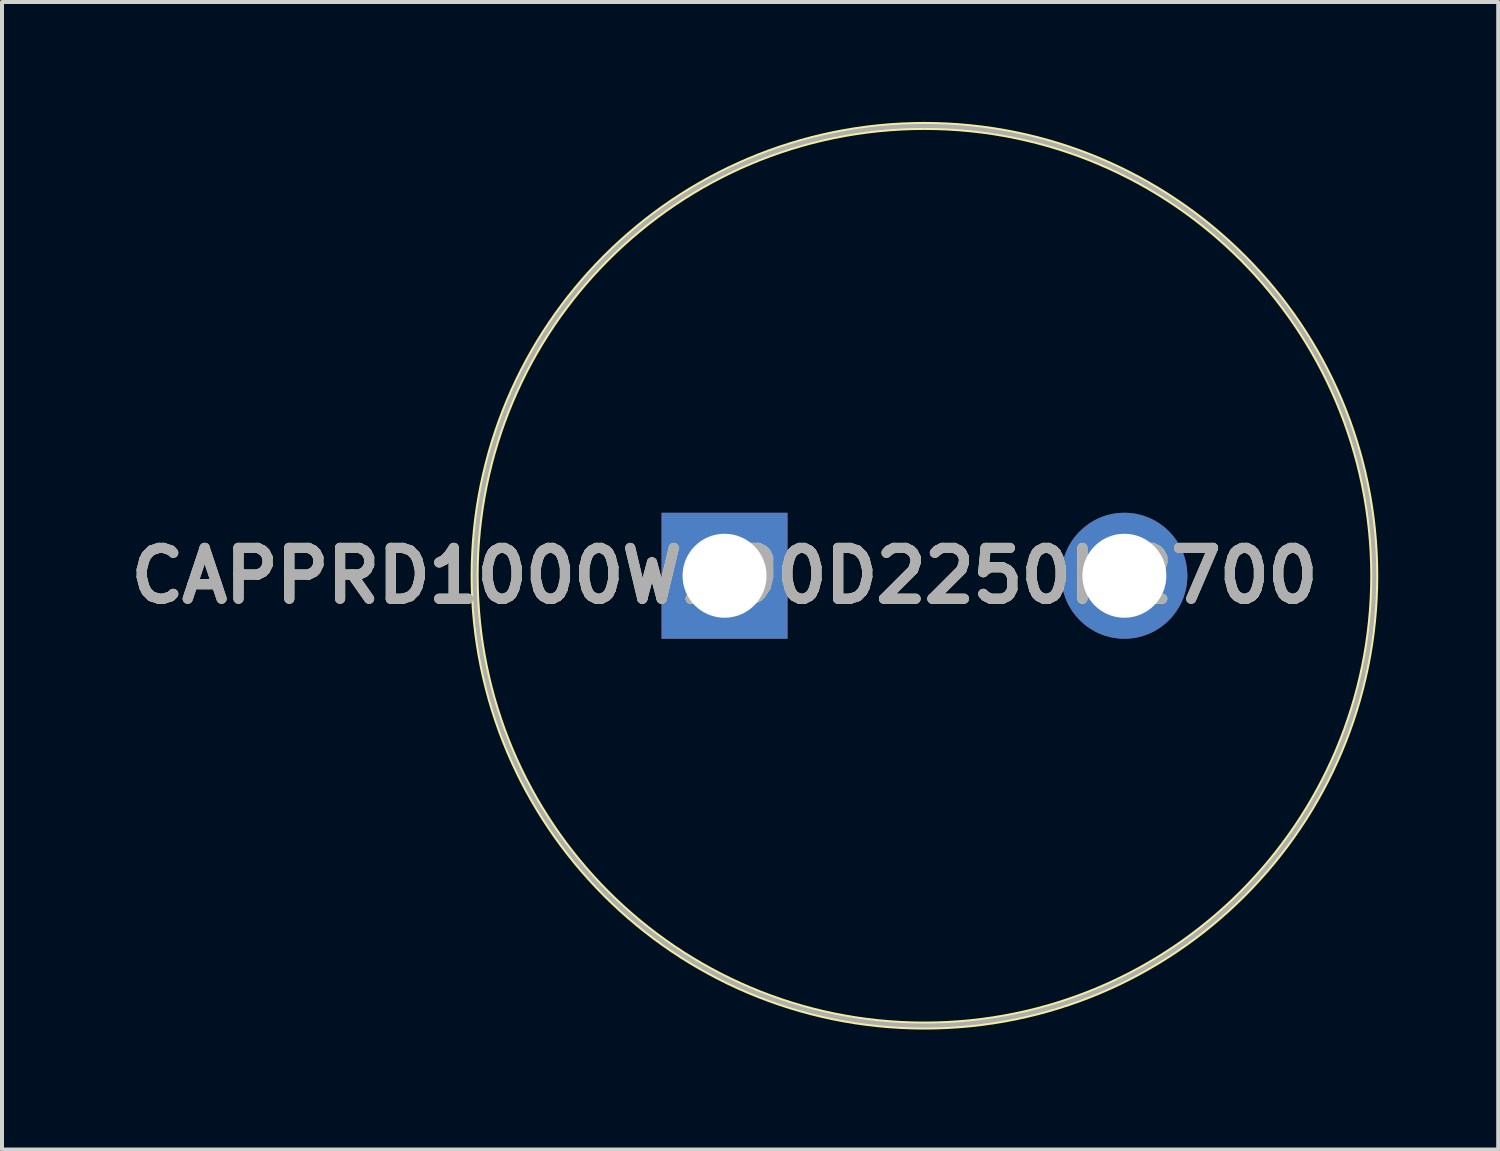
<source format=kicad_pcb>
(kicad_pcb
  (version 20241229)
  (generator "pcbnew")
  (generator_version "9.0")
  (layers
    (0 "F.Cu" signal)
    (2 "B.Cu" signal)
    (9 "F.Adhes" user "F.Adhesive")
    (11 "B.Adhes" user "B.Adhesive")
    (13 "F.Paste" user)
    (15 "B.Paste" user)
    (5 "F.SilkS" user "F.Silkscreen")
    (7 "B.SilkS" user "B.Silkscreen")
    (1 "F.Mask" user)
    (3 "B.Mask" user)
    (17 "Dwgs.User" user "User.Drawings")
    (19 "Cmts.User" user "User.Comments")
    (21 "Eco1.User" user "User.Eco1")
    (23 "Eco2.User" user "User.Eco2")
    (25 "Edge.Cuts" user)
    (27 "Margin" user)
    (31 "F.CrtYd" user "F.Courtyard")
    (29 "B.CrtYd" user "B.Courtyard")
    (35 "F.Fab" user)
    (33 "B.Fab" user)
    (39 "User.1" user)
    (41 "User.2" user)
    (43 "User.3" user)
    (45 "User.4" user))
  (footprint "CAPPRD1000W190D2250H2700"
    (layer "F.Cu")
    (at 15.071 11.35)
    (property "Reference" "CAPPRD1000W190D2250H2700" (at 0 0 0) (layer "F.SilkS") (effects (font (size 1.27 1.27) (thickness 0.254))))
    (attr through_hole)
    (fp_circle (center 5 0) (end 5 11.25) (stroke (width 0.2) (type solid)) (fill no) (layer "F.SilkS"))
    (fp_circle (center 5 0) (end 5 11.25) (stroke (width 0.1) (type solid)) (fill no) (layer "F.Fab"))
    (fp_text user "${REFERENCE}" (at 0 0 0) (layer "F.Fab") (effects (font (size 1.27 1.27) (thickness 0.254))))
    (pad "1" thru_hole rect (at 0 0) (size 3.15 3.15) (drill 2.1) (layers "*.Cu" "*.Mask"))
    (pad "2" thru_hole circle (at 10 0) (size 3.15 3.15) (drill 2.1) (layers "*.Cu" "*.Mask")))
  (gr_rect
    (start -3 -3)
    (end 34.421 25.7)
    (stroke (width 0.1) (type default))
    (fill no)
    (layer "Edge.Cuts")))
</source>
